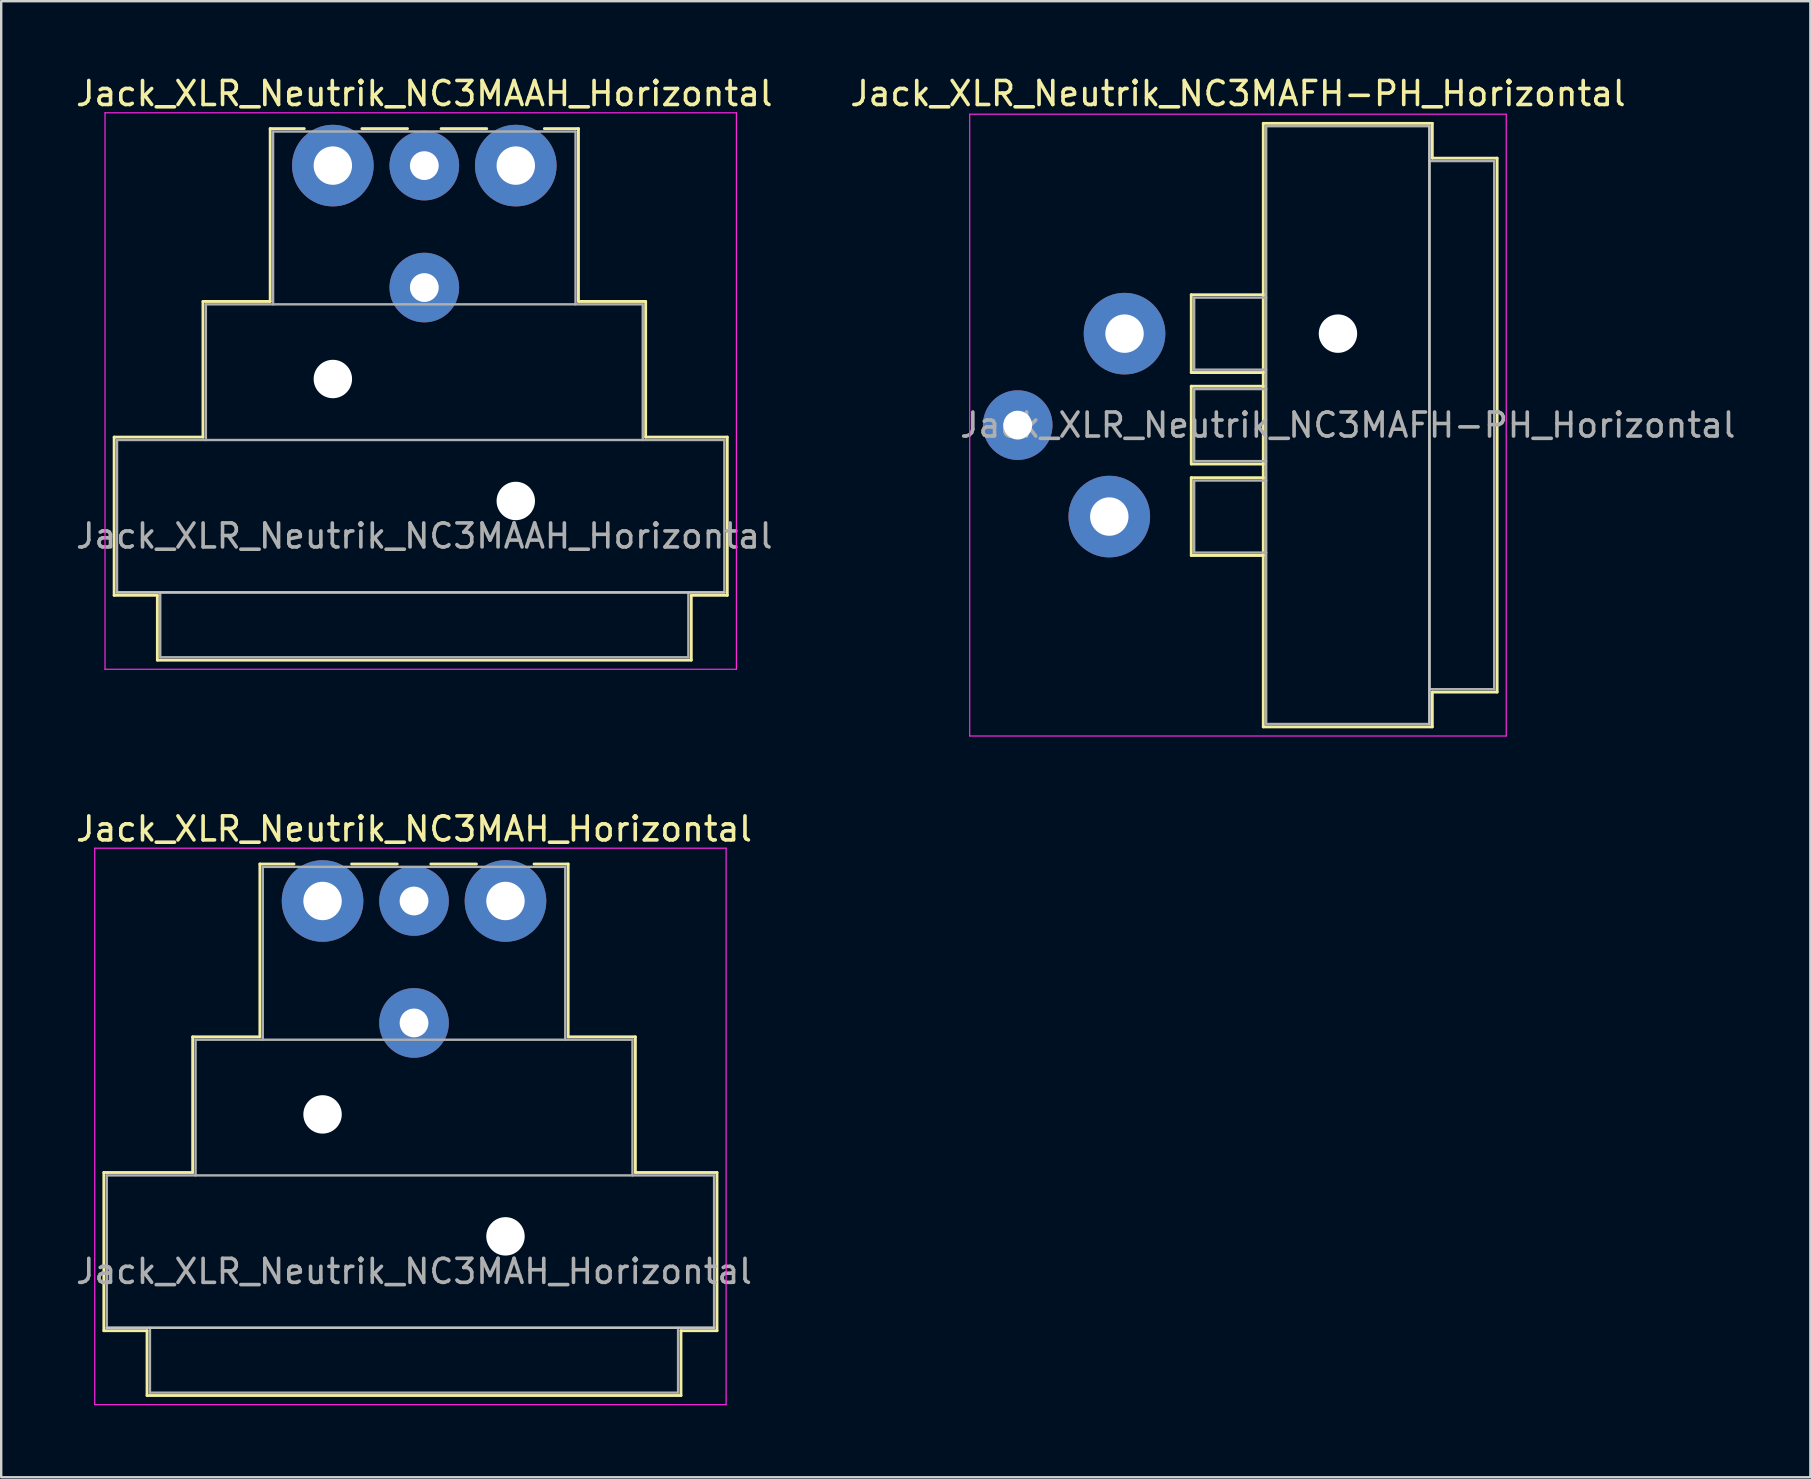
<source format=kicad_pcb>
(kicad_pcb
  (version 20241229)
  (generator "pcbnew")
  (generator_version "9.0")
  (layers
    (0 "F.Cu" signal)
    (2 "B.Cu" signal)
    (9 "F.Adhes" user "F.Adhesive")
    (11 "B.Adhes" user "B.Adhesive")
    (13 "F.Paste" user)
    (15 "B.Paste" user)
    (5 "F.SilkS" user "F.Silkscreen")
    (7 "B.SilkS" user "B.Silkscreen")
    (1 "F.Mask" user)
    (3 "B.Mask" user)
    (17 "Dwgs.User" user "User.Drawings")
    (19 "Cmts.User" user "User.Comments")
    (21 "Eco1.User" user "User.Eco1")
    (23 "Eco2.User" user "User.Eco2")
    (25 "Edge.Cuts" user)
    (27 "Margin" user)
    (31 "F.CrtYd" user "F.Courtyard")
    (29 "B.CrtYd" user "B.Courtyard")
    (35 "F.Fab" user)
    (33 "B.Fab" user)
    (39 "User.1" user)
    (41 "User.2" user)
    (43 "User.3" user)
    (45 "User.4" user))
  (footprint "Jack_XLR_Neutrik_NC3MAH_Horizontal"
    (layer "F.Cu")
    (at 10.386 34.481)
    (property "Reference" "Jack_XLR_Neutrik_NC3MAH_Horizontal" (at 3.81 -3 0) (layer "F.SilkS") (effects (font (size 1 1) (thickness 0.15))))
    (attr through_hole)
    (fp_line (start -9.11 11.31) (end -5.41 11.31) (stroke (width 0.12) (type solid)) (layer "F.SilkS"))
    (fp_line (start -9.11 17.9) (end -9.11 11.31) (stroke (width 0.12) (type solid)) (layer "F.SilkS"))
    (fp_line (start -7.31 17.9) (end -9.11 17.9) (stroke (width 0.12) (type solid)) (layer "F.SilkS"))
    (fp_line (start -7.31 17.9) (end -7.31 20.6) (stroke (width 0.12) (type solid)) (layer "F.SilkS"))
    (fp_line (start -5.41 11.31) (end -5.41 5.66) (stroke (width 0.12) (type solid)) (layer "F.SilkS"))
    (fp_line (start -2.61 5.66) (end -5.41 5.66) (stroke (width 0.12) (type solid)) (layer "F.SilkS"))
    (fp_line (start -2.61 5.66) (end -2.61 -1.54) (stroke (width 0.12) (type solid)) (layer "F.SilkS"))
    (fp_line (start -1.19 -1.54) (end -2.61 -1.54) (stroke (width 0.12) (type solid)) (layer "F.SilkS"))
    (fp_line (start 3.11 -1.54) (end 1.21 -1.54) (stroke (width 0.12) (type solid)) (layer "F.SilkS"))
    (fp_line (start 4.51 -1.54) (end 6.41 -1.54) (stroke (width 0.12) (type solid)) (layer "F.SilkS"))
    (fp_line (start 10.23 -1.54) (end 8.81 -1.54) (stroke (width 0.12) (type solid)) (layer "F.SilkS"))
    (fp_line (start 10.23 5.66) (end 10.23 -1.54) (stroke (width 0.12) (type solid)) (layer "F.SilkS"))
    (fp_line (start 10.23 5.66) (end 13.03 5.66) (stroke (width 0.12) (type solid)) (layer "F.SilkS"))
    (fp_line (start 13.03 11.31) (end 13.03 5.66) (stroke (width 0.12) (type solid)) (layer "F.SilkS"))
    (fp_line (start 13.03 11.31) (end 16.43 11.31) (stroke (width 0.12) (type solid)) (layer "F.SilkS"))
    (fp_line (start 14.93 17.9) (end 14.93 20.6) (stroke (width 0.12) (type solid)) (layer "F.SilkS"))
    (fp_line (start 14.93 20.6) (end -7.31 20.6) (stroke (width 0.12) (type solid)) (layer "F.SilkS"))
    (fp_line (start 16.43 17.9) (end 14.93 17.9) (stroke (width 0.12) (type solid)) (layer "F.SilkS"))
    (fp_line (start 16.43 17.9) (end 16.43 11.31) (stroke (width 0.12) (type solid)) (layer "F.SilkS"))
    (fp_line (start 16.31 17.78) (end -8.99 17.78) (stroke (width 0.1) (type solid)) (layer "Dwgs.User"))
    (fp_line (start -9.49 20.98) (end -9.49 -2.2) (stroke (width 0.05) (type solid)) (layer "F.CrtYd"))
    (fp_line (start 16.81 -2.2) (end -9.49 -2.2) (stroke (width 0.05) (type solid)) (layer "F.CrtYd"))
    (fp_line (start 16.81 20.98) (end -9.49 20.98) (stroke (width 0.05) (type solid)) (layer "F.CrtYd"))
    (fp_line (start 16.81 20.98) (end 16.81 -2.2) (stroke (width 0.05) (type solid)) (layer "F.CrtYd"))
    (fp_line (start -8.99 11.43) (end 16.31 11.43) (stroke (width 0.1) (type solid)) (layer "F.Fab"))
    (fp_line (start -8.99 17.78) (end -8.99 11.43) (stroke (width 0.1) (type solid)) (layer "F.Fab"))
    (fp_line (start -7.19 20.48) (end -7.19 17.78) (stroke (width 0.1) (type solid)) (layer "F.Fab"))
    (fp_line (start -5.29 5.78) (end -5.29 11.43) (stroke (width 0.1) (type solid)) (layer "F.Fab"))
    (fp_line (start -5.29 5.78) (end 12.91 5.78) (stroke (width 0.1) (type solid)) (layer "F.Fab"))
    (fp_line (start -2.49 5.78) (end -2.49 -1.42) (stroke (width 0.1) (type solid)) (layer "F.Fab"))
    (fp_line (start 10.11 -1.42) (end -2.49 -1.42) (stroke (width 0.1) (type solid)) (layer "F.Fab"))
    (fp_line (start 10.11 5.78) (end 10.11 -1.42) (stroke (width 0.1) (type solid)) (layer "F.Fab"))
    (fp_line (start 12.91 11.43) (end 12.91 5.78) (stroke (width 0.1) (type solid)) (layer "F.Fab"))
    (fp_line (start 14.81 17.78) (end 14.81 20.48) (stroke (width 0.1) (type solid)) (layer "F.Fab"))
    (fp_line (start 14.81 20.48) (end -7.19 20.48) (stroke (width 0.1) (type solid)) (layer "F.Fab"))
    (fp_line (start 16.31 11.43) (end 16.31 17.78) (stroke (width 0.1) (type solid)) (layer "F.Fab"))
    (fp_line (start 16.31 17.78) (end -8.99 17.78) (stroke (width 0.1) (type solid)) (layer "F.Fab"))
    (fp_text user "${REFERENCE}" (at 3.81 15.43 0) (layer "F.Fab") (effects (font (size 1 1) (thickness 0.15))))
    (pad "" np_thru_hole circle (at 0 8.89) (size 1.6 1.6) (drill 1.6) (layers "*.Cu" "*.Mask"))
    (pad "" np_thru_hole circle (at 7.62 13.97) (size 1.6 1.6) (drill 1.6) (layers "*.Cu" "*.Mask"))
    (pad "1" thru_hole circle (at 0 0) (size 3.4 3.4) (drill 1.6) (layers "*.Cu" "*.Mask"))
    (pad "2" thru_hole circle (at 7.62 0) (size 3.4 3.4) (drill 1.6) (layers "*.Cu" "*.Mask"))
    (pad "3" thru_hole circle (at 3.81 0) (size 2.9 2.9) (drill 1.2) (layers "*.Cu" "*.Mask"))
    (pad "G" thru_hole circle (at 3.81 5.08) (size 2.9 2.9) (drill 1.2) (layers "*.Cu" "*.Mask")))
  (footprint "Jack_XLR_Neutrik_NC3MAAH_Horizontal"
    (layer "F.Cu")
    (at 10.815 3.848)
    (property "Reference" "Jack_XLR_Neutrik_NC3MAAH_Horizontal" (at 3.81 -3 0) (layer "F.SilkS") (effects (font (size 1 1) (thickness 0.15))))
    (attr through_hole)
    (fp_line (start -9.11 11.31) (end -5.41 11.31) (stroke (width 0.12) (type solid)) (layer "F.SilkS"))
    (fp_line (start -9.11 17.9) (end -9.11 11.31) (stroke (width 0.12) (type solid)) (layer "F.SilkS"))
    (fp_line (start -7.31 17.9) (end -9.11 17.9) (stroke (width 0.12) (type solid)) (layer "F.SilkS"))
    (fp_line (start -7.31 17.9) (end -7.31 20.6) (stroke (width 0.12) (type solid)) (layer "F.SilkS"))
    (fp_line (start -5.41 11.31) (end -5.41 5.66) (stroke (width 0.12) (type solid)) (layer "F.SilkS"))
    (fp_line (start -2.61 5.66) (end -5.41 5.66) (stroke (width 0.12) (type solid)) (layer "F.SilkS"))
    (fp_line (start -2.61 5.66) (end -2.61 -1.54) (stroke (width 0.12) (type solid)) (layer "F.SilkS"))
    (fp_line (start -1.19 -1.54) (end -2.61 -1.54) (stroke (width 0.12) (type solid)) (layer "F.SilkS"))
    (fp_line (start 3.11 -1.54) (end 1.21 -1.54) (stroke (width 0.12) (type solid)) (layer "F.SilkS"))
    (fp_line (start 4.51 -1.54) (end 6.41 -1.54) (stroke (width 0.12) (type solid)) (layer "F.SilkS"))
    (fp_line (start 10.23 -1.54) (end 8.81 -1.54) (stroke (width 0.12) (type solid)) (layer "F.SilkS"))
    (fp_line (start 10.23 5.66) (end 10.23 -1.54) (stroke (width 0.12) (type solid)) (layer "F.SilkS"))
    (fp_line (start 10.23 5.66) (end 13.03 5.66) (stroke (width 0.12) (type solid)) (layer "F.SilkS"))
    (fp_line (start 13.03 11.31) (end 13.03 5.66) (stroke (width 0.12) (type solid)) (layer "F.SilkS"))
    (fp_line (start 13.03 11.31) (end 16.43 11.31) (stroke (width 0.12) (type solid)) (layer "F.SilkS"))
    (fp_line (start 14.93 17.9) (end 14.93 20.6) (stroke (width 0.12) (type solid)) (layer "F.SilkS"))
    (fp_line (start 14.93 20.6) (end -7.31 20.6) (stroke (width 0.12) (type solid)) (layer "F.SilkS"))
    (fp_line (start 16.43 17.9) (end 14.93 17.9) (stroke (width 0.12) (type solid)) (layer "F.SilkS"))
    (fp_line (start 16.43 17.9) (end 16.43 11.31) (stroke (width 0.12) (type solid)) (layer "F.SilkS"))
    (fp_line (start 16.31 17.78) (end -8.99 17.78) (stroke (width 0.1) (type solid)) (layer "Dwgs.User"))
    (fp_line (start -9.49 20.98) (end -9.49 -2.2) (stroke (width 0.05) (type solid)) (layer "F.CrtYd"))
    (fp_line (start 16.81 -2.2) (end -9.49 -2.2) (stroke (width 0.05) (type solid)) (layer "F.CrtYd"))
    (fp_line (start 16.81 20.98) (end -9.49 20.98) (stroke (width 0.05) (type solid)) (layer "F.CrtYd"))
    (fp_line (start 16.81 20.98) (end 16.81 -2.2) (stroke (width 0.05) (type solid)) (layer "F.CrtYd"))
    (fp_line (start -8.99 11.43) (end 16.31 11.43) (stroke (width 0.1) (type solid)) (layer "F.Fab"))
    (fp_line (start -8.99 17.78) (end -8.99 11.43) (stroke (width 0.1) (type solid)) (layer "F.Fab"))
    (fp_line (start -7.19 20.48) (end -7.19 17.78) (stroke (width 0.1) (type solid)) (layer "F.Fab"))
    (fp_line (start -5.29 5.78) (end -5.29 11.43) (stroke (width 0.1) (type solid)) (layer "F.Fab"))
    (fp_line (start -5.29 5.78) (end 12.91 5.78) (stroke (width 0.1) (type solid)) (layer "F.Fab"))
    (fp_line (start -2.49 5.78) (end -2.49 -1.42) (stroke (width 0.1) (type solid)) (layer "F.Fab"))
    (fp_line (start 10.11 -1.42) (end -2.49 -1.42) (stroke (width 0.1) (type solid)) (layer "F.Fab"))
    (fp_line (start 10.11 5.78) (end 10.11 -1.42) (stroke (width 0.1) (type solid)) (layer "F.Fab"))
    (fp_line (start 12.91 11.43) (end 12.91 5.78) (stroke (width 0.1) (type solid)) (layer "F.Fab"))
    (fp_line (start 14.81 17.78) (end 14.81 20.48) (stroke (width 0.1) (type solid)) (layer "F.Fab"))
    (fp_line (start 14.81 20.48) (end -7.19 20.48) (stroke (width 0.1) (type solid)) (layer "F.Fab"))
    (fp_line (start 16.31 11.43) (end 16.31 17.78) (stroke (width 0.1) (type solid)) (layer "F.Fab"))
    (fp_line (start 16.31 17.78) (end -8.99 17.78) (stroke (width 0.1) (type solid)) (layer "F.Fab"))
    (fp_text user "${REFERENCE}" (at 3.81 15.43 0) (layer "F.Fab") (effects (font (size 1 1) (thickness 0.15))))
    (pad "" np_thru_hole circle (at 0 8.89) (size 1.6 1.6) (drill 1.6) (layers "*.Cu" "*.Mask"))
    (pad "" np_thru_hole circle (at 7.62 13.97) (size 1.6 1.6) (drill 1.6) (layers "*.Cu" "*.Mask"))
    (pad "1" thru_hole circle (at 0 0) (size 3.4 3.4) (drill 1.6) (layers "*.Cu" "*.Mask"))
    (pad "2" thru_hole circle (at 7.62 0) (size 3.4 3.4) (drill 1.6) (layers "*.Cu" "*.Mask"))
    (pad "3" thru_hole circle (at 3.81 0) (size 2.9 2.9) (drill 1.2) (layers "*.Cu" "*.Mask"))
    (pad "G" thru_hole circle (at 3.81 5.08) (size 2.9 2.9) (drill 1.2) (layers "*.Cu" "*.Mask")))
  (footprint "Jack_XLR_Neutrik_NC3MAFH-PH_Horizontal"
    (layer "F.Cu")
    (at 43.793 10.848)
    (property "Reference" "Jack_XLR_Neutrik_NC3MAFH-PH_Horizontal" (at 4.725 -10 0) (layer "F.SilkS") (effects (font (size 1 1) (thickness 0.15))))
    (attr through_hole)
    (fp_line (start 2.78 -1.62) (end 2.78 1.62) (stroke (width 0.12) (type solid)) (layer "F.SilkS"))
    (fp_line (start 2.78 2.19) (end 2.78 5.43) (stroke (width 0.12) (type solid)) (layer "F.SilkS"))
    (fp_line (start 2.78 6) (end 2.78 9.24) (stroke (width 0.12) (type solid)) (layer "F.SilkS"))
    (fp_line (start 5.78 -1.62) (end 2.78 -1.62) (stroke (width 0.12) (type solid)) (layer "F.SilkS"))
    (fp_line (start 5.78 1.62) (end 2.78 1.62) (stroke (width 0.12) (type solid)) (layer "F.SilkS"))
    (fp_line (start 5.78 2.19) (end 2.78 2.19) (stroke (width 0.12) (type solid)) (layer "F.SilkS"))
    (fp_line (start 5.78 5.43) (end 2.78 5.43) (stroke (width 0.12) (type solid)) (layer "F.SilkS"))
    (fp_line (start 5.78 6) (end 2.78 6) (stroke (width 0.12) (type solid)) (layer "F.SilkS"))
    (fp_line (start 5.78 9.24) (end 2.78 9.24) (stroke (width 0.12) (type solid)) (layer "F.SilkS"))
    (fp_line (start 5.78 16.38) (end 5.78 -8.76) (stroke (width 0.12) (type solid)) (layer "F.SilkS"))
    (fp_line (start 12.82 -8.76) (end 5.78 -8.76) (stroke (width 0.12) (type solid)) (layer "F.SilkS"))
    (fp_line (start 12.82 -8.76) (end 12.82 -7.31) (stroke (width 0.12) (type solid)) (layer "F.SilkS"))
    (fp_line (start 12.82 -7.31) (end 15.52 -7.31) (stroke (width 0.12) (type solid)) (layer "F.SilkS"))
    (fp_line (start 12.82 14.93) (end 12.82 16.38) (stroke (width 0.12) (type solid)) (layer "F.SilkS"))
    (fp_line (start 12.82 14.93) (end 15.52 14.93) (stroke (width 0.12) (type solid)) (layer "F.SilkS"))
    (fp_line (start 12.82 16.38) (end 5.78 16.38) (stroke (width 0.12) (type solid)) (layer "F.SilkS"))
    (fp_line (start 15.52 -7.31) (end 15.52 14.93) (stroke (width 0.12) (type solid)) (layer "F.SilkS"))
    (fp_line (start 12.7 -8.64) (end 12.7 16.26) (stroke (width 0.1) (type solid)) (layer "Dwgs.User"))
    (fp_line (start -6.45 -9.14) (end -6.45 16.76) (stroke (width 0.05) (type solid)) (layer "F.CrtYd"))
    (fp_line (start 15.9 -9.14) (end -6.45 -9.14) (stroke (width 0.05) (type solid)) (layer "F.CrtYd"))
    (fp_line (start 15.9 -9.14) (end 15.9 16.76) (stroke (width 0.05) (type solid)) (layer "F.CrtYd"))
    (fp_line (start 15.9 16.76) (end -6.45 16.76) (stroke (width 0.05) (type solid)) (layer "F.CrtYd"))
    (fp_line (start 2.9 -1.5) (end 2.9 1.5) (stroke (width 0.1) (type solid)) (layer "F.Fab"))
    (fp_line (start 2.9 2.31) (end 2.9 5.31) (stroke (width 0.1) (type solid)) (layer "F.Fab"))
    (fp_line (start 2.9 6.12) (end 2.9 9.12) (stroke (width 0.1) (type solid)) (layer "F.Fab"))
    (fp_line (start 2.9 9.12) (end 5.9 9.12) (stroke (width 0.1) (type solid)) (layer "F.Fab"))
    (fp_line (start 5.9 -8.64) (end 12.7 -8.64) (stroke (width 0.1) (type solid)) (layer "F.Fab"))
    (fp_line (start 5.9 -1.5) (end 2.9 -1.5) (stroke (width 0.1) (type solid)) (layer "F.Fab"))
    (fp_line (start 5.9 1.5) (end 2.9 1.5) (stroke (width 0.1) (type solid)) (layer "F.Fab"))
    (fp_line (start 5.9 2.31) (end 2.9 2.31) (stroke (width 0.1) (type solid)) (layer "F.Fab"))
    (fp_line (start 5.9 5.31) (end 2.9 5.31) (stroke (width 0.1) (type solid)) (layer "F.Fab"))
    (fp_line (start 5.9 6.12) (end 2.9 6.12) (stroke (width 0.1) (type solid)) (layer "F.Fab"))
    (fp_line (start 5.9 16.26) (end 5.9 -8.64) (stroke (width 0.1) (type solid)) (layer "F.Fab"))
    (fp_line (start 12.7 -8.64) (end 12.7 16.26) (stroke (width 0.1) (type solid)) (layer "F.Fab"))
    (fp_line (start 12.7 -7.19) (end 15.4 -7.19) (stroke (width 0.1) (type solid)) (layer "F.Fab"))
    (fp_line (start 12.7 16.26) (end 5.9 16.26) (stroke (width 0.1) (type solid)) (layer "F.Fab"))
    (fp_line (start 15.4 -7.19) (end 15.4 14.81) (stroke (width 0.1) (type solid)) (layer "F.Fab"))
    (fp_line (start 15.4 14.81) (end 12.7 14.81) (stroke (width 0.1) (type solid)) (layer "F.Fab"))
    (fp_text user "${REFERENCE}" (at 9.3 3.81 0) (layer "F.Fab") (effects (font (size 1 1) (thickness 0.15))))
    (pad "" np_thru_hole circle (at 8.89 0) (size 1.6 1.6) (drill 1.6) (layers "*.Cu" "*.Mask"))
    (pad "1" thru_hole circle (at 0 0) (size 3.4 3.4) (drill 1.6) (layers "*.Cu" "*.Mask"))
    (pad "2" thru_hole circle (at -0.635 7.62) (size 3.4 3.4) (drill 1.6) (layers "*.Cu" "*.Mask"))
    (pad "3" thru_hole circle (at -4.45 3.81) (size 2.9 2.9) (drill 1.2) (layers "*.Cu" "*.Mask")))
  (gr_rect
    (start -3 -3)
    (end 72.361 58.486)
    (stroke (width 0.1) (type default))
    (fill no)
    (layer "Edge.Cuts")))
</source>
